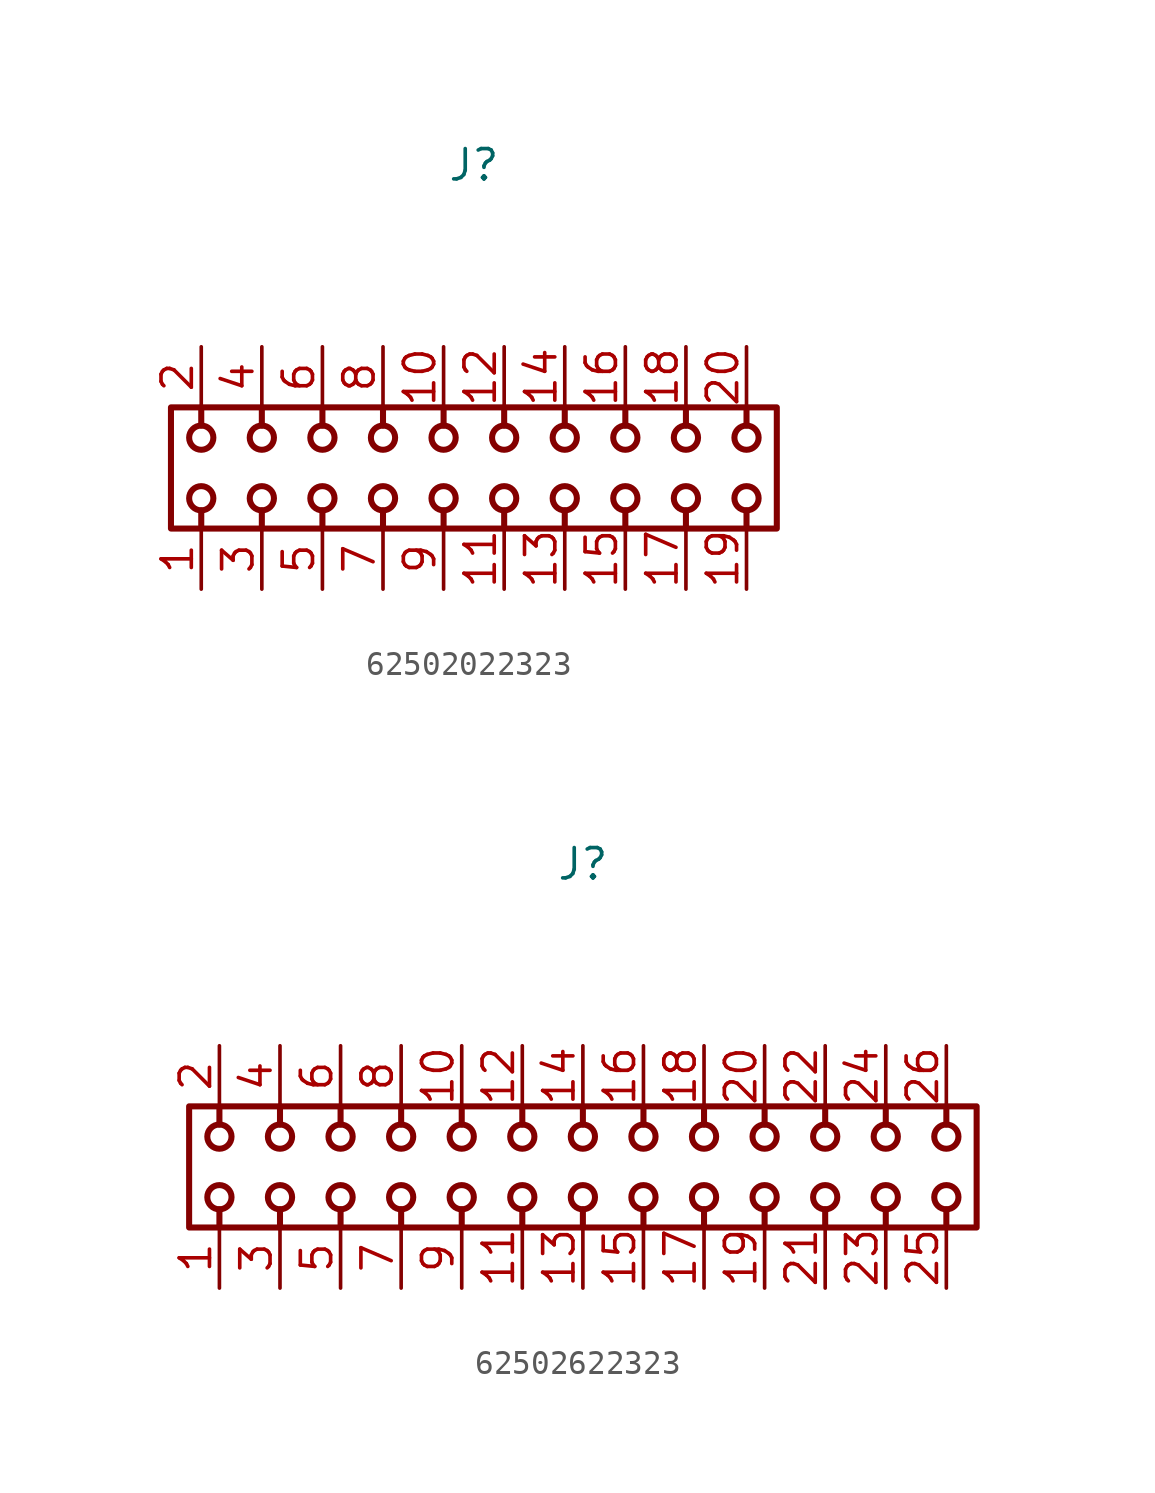
<source format=kicad_sym>
(kicad_symbol_lib
  (version 20241209)
  (generator "kicad_symbol_editor")
  (generator_version "9.0")
  (symbol "62502022323"
    (pin_names
      (hide yes))
    (property "Reference" "J"
      (at 0 12.7 0)
      (effects (font (size 1.27 1.27))))
    (symbol "62502022323_1_1"
      (rectangle (start -12.7 2.54) (end 12.7 -2.54) (stroke (width 0.254) (type solid)) (fill (type none)))
      (polyline (pts (xy -11.43 1.778) (xy -11.43 2.54)) (stroke (width 0.254) (type solid)) (fill (type none)))
      (circle (center -11.43 1.27) (radius 0.508) (stroke (width 0.254) (type solid)) (fill (type none)))
      (circle (center -11.43 -1.27) (radius 0.508) (stroke (width 0.254) (type solid)) (fill (type none)))
      (polyline (pts (xy -11.43 -1.778) (xy -11.43 -2.54)) (stroke (width 0.254) (type solid)) (fill (type none)))
      (polyline (pts (xy -8.89 1.778) (xy -8.89 2.54)) (stroke (width 0.254) (type solid)) (fill (type none)))
      (circle (center -8.89 1.27) (radius 0.508) (stroke (width 0.254) (type solid)) (fill (type none)))
      (circle (center -8.89 -1.27) (radius 0.508) (stroke (width 0.254) (type solid)) (fill (type none)))
      (polyline (pts (xy -8.89 -1.778) (xy -8.89 -2.54)) (stroke (width 0.254) (type solid)) (fill (type none)))
      (polyline (pts (xy -6.35 1.778) (xy -6.35 2.54)) (stroke (width 0.254) (type solid)) (fill (type none)))
      (circle (center -6.35 1.27) (radius 0.508) (stroke (width 0.254) (type solid)) (fill (type none)))
      (circle (center -6.35 -1.27) (radius 0.508) (stroke (width 0.254) (type solid)) (fill (type none)))
      (polyline (pts (xy -6.35 -1.778) (xy -6.35 -2.54)) (stroke (width 0.254) (type solid)) (fill (type none)))
      (polyline (pts (xy -3.81 1.778) (xy -3.81 2.54)) (stroke (width 0.254) (type solid)) (fill (type none)))
      (circle (center -3.81 1.27) (radius 0.508) (stroke (width 0.254) (type solid)) (fill (type none)))
      (circle (center -3.81 -1.27) (radius 0.508) (stroke (width 0.254) (type solid)) (fill (type none)))
      (polyline (pts (xy -3.81 -1.778) (xy -3.81 -2.54)) (stroke (width 0.254) (type solid)) (fill (type none)))
      (polyline (pts (xy -1.27 1.778) (xy -1.27 2.54)) (stroke (width 0.254) (type solid)) (fill (type none)))
      (circle (center -1.27 1.27) (radius 0.508) (stroke (width 0.254) (type solid)) (fill (type none)))
      (circle (center -1.27 -1.27) (radius 0.508) (stroke (width 0.254) (type solid)) (fill (type none)))
      (polyline (pts (xy -1.27 -1.778) (xy -1.27 -2.54)) (stroke (width 0.254) (type solid)) (fill (type none)))
      (polyline (pts (xy 1.27 1.778) (xy 1.27 2.54)) (stroke (width 0.254) (type solid)) (fill (type none)))
      (circle (center 1.27 1.27) (radius 0.508) (stroke (width 0.254) (type solid)) (fill (type none)))
      (circle (center 1.27 -1.27) (radius 0.508) (stroke (width 0.254) (type solid)) (fill (type none)))
      (polyline (pts (xy 1.27 -1.778) (xy 1.27 -2.54)) (stroke (width 0.254) (type solid)) (fill (type none)))
      (polyline (pts (xy 3.81 1.778) (xy 3.81 2.54)) (stroke (width 0.254) (type solid)) (fill (type none)))
      (circle (center 3.81 1.27) (radius 0.508) (stroke (width 0.254) (type solid)) (fill (type none)))
      (circle (center 3.81 -1.27) (radius 0.508) (stroke (width 0.254) (type solid)) (fill (type none)))
      (polyline (pts (xy 3.81 -1.778) (xy 3.81 -2.54)) (stroke (width 0.254) (type solid)) (fill (type none)))
      (polyline (pts (xy 6.35 1.778) (xy 6.35 2.54)) (stroke (width 0.254) (type solid)) (fill (type none)))
      (circle (center 6.35 1.27) (radius 0.508) (stroke (width 0.254) (type solid)) (fill (type none)))
      (circle (center 6.35 -1.27) (radius 0.508) (stroke (width 0.254) (type solid)) (fill (type none)))
      (polyline (pts (xy 6.35 -1.778) (xy 6.35 -2.54)) (stroke (width 0.254) (type solid)) (fill (type none)))
      (polyline (pts (xy 8.89 1.778) (xy 8.89 2.54)) (stroke (width 0.254) (type solid)) (fill (type none)))
      (circle (center 8.89 1.27) (radius 0.508) (stroke (width 0.254) (type solid)) (fill (type none)))
      (circle (center 8.89 -1.27) (radius 0.508) (stroke (width 0.254) (type solid)) (fill (type none)))
      (polyline (pts (xy 8.89 -1.778) (xy 8.89 -2.54)) (stroke (width 0.254) (type solid)) (fill (type none)))
      (polyline (pts (xy 11.43 1.778) (xy 11.43 2.54)) (stroke (width 0.254) (type solid)) (fill (type none)))
      (circle (center 11.43 1.27) (radius 0.508) (stroke (width 0.254) (type solid)) (fill (type none)))
      (circle (center 11.43 -1.27) (radius 0.508) (stroke (width 0.254) (type solid)) (fill (type none)))
      (polyline (pts (xy 11.43 -1.778) (xy 11.43 -2.54)) (stroke (width 0.254) (type solid)) (fill (type none)))
      (pin passive line (at -11.43 5.08 270) (length 2.54) (name "2" (effects (font (size 1.27 1.27)))) (number "2" (effects (font (size 1.27 1.27)))))
      (pin passive line (at -11.43 -5.08 90) (length 2.54) (name "1" (effects (font (size 1.27 1.27)))) (number "1" (effects (font (size 1.27 1.27)))))
      (pin passive line (at -8.89 5.08 270) (length 2.54) (name "4" (effects (font (size 1.27 1.27)))) (number "4" (effects (font (size 1.27 1.27)))))
      (pin passive line (at -8.89 -5.08 90) (length 2.54) (name "3" (effects (font (size 1.27 1.27)))) (number "3" (effects (font (size 1.27 1.27)))))
      (pin passive line (at -6.35 5.08 270) (length 2.54) (name "6" (effects (font (size 1.27 1.27)))) (number "6" (effects (font (size 1.27 1.27)))))
      (pin passive line (at -6.35 -5.08 90) (length 2.54) (name "5" (effects (font (size 1.27 1.27)))) (number "5" (effects (font (size 1.27 1.27)))))
      (pin passive line (at -3.81 5.08 270) (length 2.54) (name "8" (effects (font (size 1.27 1.27)))) (number "8" (effects (font (size 1.27 1.27)))))
      (pin passive line (at -3.81 -5.08 90) (length 2.54) (name "7" (effects (font (size 1.27 1.27)))) (number "7" (effects (font (size 1.27 1.27)))))
      (pin passive line (at -1.27 5.08 270) (length 2.54) (name "10" (effects (font (size 1.27 1.27)))) (number "10" (effects (font (size 1.27 1.27)))))
      (pin passive line (at -1.27 -5.08 90) (length 2.54) (name "9" (effects (font (size 1.27 1.27)))) (number "9" (effects (font (size 1.27 1.27)))))
      (pin passive line (at 1.27 5.08 270) (length 2.54) (name "12" (effects (font (size 1.27 1.27)))) (number "12" (effects (font (size 1.27 1.27)))))
      (pin passive line (at 1.27 -5.08 90) (length 2.54) (name "11" (effects (font (size 1.27 1.27)))) (number "11" (effects (font (size 1.27 1.27)))))
      (pin passive line (at 3.81 5.08 270) (length 2.54) (name "14" (effects (font (size 1.27 1.27)))) (number "14" (effects (font (size 1.27 1.27)))))
      (pin passive line (at 3.81 -5.08 90) (length 2.54) (name "13" (effects (font (size 1.27 1.27)))) (number "13" (effects (font (size 1.27 1.27)))))
      (pin passive line (at 6.35 5.08 270) (length 2.54) (name "16" (effects (font (size 1.27 1.27)))) (number "16" (effects (font (size 1.27 1.27)))))
      (pin passive line (at 6.35 -5.08 90) (length 2.54) (name "15" (effects (font (size 1.27 1.27)))) (number "15" (effects (font (size 1.27 1.27)))))
      (pin passive line (at 8.89 5.08 270) (length 2.54) (name "18" (effects (font (size 1.27 1.27)))) (number "18" (effects (font (size 1.27 1.27)))))
      (pin passive line (at 8.89 -5.08 90) (length 2.54) (name "17" (effects (font (size 1.27 1.27)))) (number "17" (effects (font (size 1.27 1.27)))))
      (pin passive line (at 11.43 5.08 270) (length 2.54) (name "20" (effects (font (size 1.27 1.27)))) (number "20" (effects (font (size 1.27 1.27)))))
      (pin passive line (at 11.43 -5.08 90) (length 2.54) (name "19" (effects (font (size 1.27 1.27)))) (number "19" (effects (font (size 1.27 1.27)))))))
  (symbol "62502622323"
    (pin_names
      (hide yes))
    (property "Reference" "J"
      (at 0 12.7 0)
      (effects (font (size 1.27 1.27))))
    (symbol "62502622323_1_1"
      (rectangle (start -16.51 2.54) (end 16.51 -2.54) (stroke (width 0.254) (type solid)) (fill (type none)))
      (polyline (pts (xy -15.24 1.778) (xy -15.24 2.54)) (stroke (width 0.254) (type solid)) (fill (type none)))
      (circle (center -15.24 1.27) (radius 0.508) (stroke (width 0.254) (type solid)) (fill (type none)))
      (circle (center -15.24 -1.27) (radius 0.508) (stroke (width 0.254) (type solid)) (fill (type none)))
      (polyline (pts (xy -15.24 -1.778) (xy -15.24 -2.54)) (stroke (width 0.254) (type solid)) (fill (type none)))
      (polyline (pts (xy -12.7 1.778) (xy -12.7 2.54)) (stroke (width 0.254) (type solid)) (fill (type none)))
      (circle (center -12.7 1.27) (radius 0.508) (stroke (width 0.254) (type solid)) (fill (type none)))
      (circle (center -12.7 -1.27) (radius 0.508) (stroke (width 0.254) (type solid)) (fill (type none)))
      (polyline (pts (xy -12.7 -1.778) (xy -12.7 -2.54)) (stroke (width 0.254) (type solid)) (fill (type none)))
      (polyline (pts (xy -10.16 1.778) (xy -10.16 2.54)) (stroke (width 0.254) (type solid)) (fill (type none)))
      (circle (center -10.16 1.27) (radius 0.508) (stroke (width 0.254) (type solid)) (fill (type none)))
      (circle (center -10.16 -1.27) (radius 0.508) (stroke (width 0.254) (type solid)) (fill (type none)))
      (polyline (pts (xy -10.16 -1.778) (xy -10.16 -2.54)) (stroke (width 0.254) (type solid)) (fill (type none)))
      (polyline (pts (xy -7.62 1.778) (xy -7.62 2.54)) (stroke (width 0.254) (type solid)) (fill (type none)))
      (circle (center -7.62 1.27) (radius 0.508) (stroke (width 0.254) (type solid)) (fill (type none)))
      (circle (center -7.62 -1.27) (radius 0.508) (stroke (width 0.254) (type solid)) (fill (type none)))
      (polyline (pts (xy -7.62 -1.778) (xy -7.62 -2.54)) (stroke (width 0.254) (type solid)) (fill (type none)))
      (polyline (pts (xy -5.08 1.778) (xy -5.08 2.54)) (stroke (width 0.254) (type solid)) (fill (type none)))
      (circle (center -5.08 1.27) (radius 0.508) (stroke (width 0.254) (type solid)) (fill (type none)))
      (circle (center -5.08 -1.27) (radius 0.508) (stroke (width 0.254) (type solid)) (fill (type none)))
      (polyline (pts (xy -5.08 -1.778) (xy -5.08 -2.54)) (stroke (width 0.254) (type solid)) (fill (type none)))
      (polyline (pts (xy -2.54 1.778) (xy -2.54 2.54)) (stroke (width 0.254) (type solid)) (fill (type none)))
      (circle (center -2.54 1.27) (radius 0.508) (stroke (width 0.254) (type solid)) (fill (type none)))
      (circle (center -2.54 -1.27) (radius 0.508) (stroke (width 0.254) (type solid)) (fill (type none)))
      (polyline (pts (xy -2.54 -1.778) (xy -2.54 -2.54)) (stroke (width 0.254) (type solid)) (fill (type none)))
      (polyline (pts (xy 0 1.778) (xy 0 2.54)) (stroke (width 0.254) (type solid)) (fill (type none)))
      (circle (center 0 1.27) (radius 0.508) (stroke (width 0.254) (type solid)) (fill (type none)))
      (circle (center 0 -1.27) (radius 0.508) (stroke (width 0.254) (type solid)) (fill (type none)))
      (polyline (pts (xy 0 -1.778) (xy 0 -2.54)) (stroke (width 0.254) (type solid)) (fill (type none)))
      (polyline (pts (xy 2.54 1.778) (xy 2.54 2.54)) (stroke (width 0.254) (type solid)) (fill (type none)))
      (circle (center 2.54 1.27) (radius 0.508) (stroke (width 0.254) (type solid)) (fill (type none)))
      (circle (center 2.54 -1.27) (radius 0.508) (stroke (width 0.254) (type solid)) (fill (type none)))
      (polyline (pts (xy 2.54 -1.778) (xy 2.54 -2.54)) (stroke (width 0.254) (type solid)) (fill (type none)))
      (polyline (pts (xy 5.08 1.778) (xy 5.08 2.54)) (stroke (width 0.254) (type solid)) (fill (type none)))
      (circle (center 5.08 1.27) (radius 0.508) (stroke (width 0.254) (type solid)) (fill (type none)))
      (circle (center 5.08 -1.27) (radius 0.508) (stroke (width 0.254) (type solid)) (fill (type none)))
      (polyline (pts (xy 5.08 -1.778) (xy 5.08 -2.54)) (stroke (width 0.254) (type solid)) (fill (type none)))
      (polyline (pts (xy 7.62 1.778) (xy 7.62 2.54)) (stroke (width 0.254) (type solid)) (fill (type none)))
      (circle (center 7.62 1.27) (radius 0.508) (stroke (width 0.254) (type solid)) (fill (type none)))
      (circle (center 7.62 -1.27) (radius 0.508) (stroke (width 0.254) (type solid)) (fill (type none)))
      (polyline (pts (xy 7.62 -1.778) (xy 7.62 -2.54)) (stroke (width 0.254) (type solid)) (fill (type none)))
      (polyline (pts (xy 10.16 1.778) (xy 10.16 2.54)) (stroke (width 0.254) (type solid)) (fill (type none)))
      (circle (center 10.16 1.27) (radius 0.508) (stroke (width 0.254) (type solid)) (fill (type none)))
      (circle (center 10.16 -1.27) (radius 0.508) (stroke (width 0.254) (type solid)) (fill (type none)))
      (polyline (pts (xy 10.16 -1.778) (xy 10.16 -2.54)) (stroke (width 0.254) (type solid)) (fill (type none)))
      (polyline (pts (xy 12.7 1.778) (xy 12.7 2.54)) (stroke (width 0.254) (type solid)) (fill (type none)))
      (circle (center 12.7 1.27) (radius 0.508) (stroke (width 0.254) (type solid)) (fill (type none)))
      (circle (center 12.7 -1.27) (radius 0.508) (stroke (width 0.254) (type solid)) (fill (type none)))
      (polyline (pts (xy 12.7 -1.778) (xy 12.7 -2.54)) (stroke (width 0.254) (type solid)) (fill (type none)))
      (polyline (pts (xy 15.24 1.778) (xy 15.24 2.54)) (stroke (width 0.254) (type solid)) (fill (type none)))
      (circle (center 15.24 1.27) (radius 0.508) (stroke (width 0.254) (type solid)) (fill (type none)))
      (circle (center 15.24 -1.27) (radius 0.508) (stroke (width 0.254) (type solid)) (fill (type none)))
      (polyline (pts (xy 15.24 -1.778) (xy 15.24 -2.54)) (stroke (width 0.254) (type solid)) (fill (type none)))
      (pin passive line (at -15.24 5.08 270) (length 2.54) (name "2" (effects (font (size 1.27 1.27)))) (number "2" (effects (font (size 1.27 1.27)))))
      (pin passive line (at -15.24 -5.08 90) (length 2.54) (name "1" (effects (font (size 1.27 1.27)))) (number "1" (effects (font (size 1.27 1.27)))))
      (pin passive line (at -12.7 5.08 270) (length 2.54) (name "4" (effects (font (size 1.27 1.27)))) (number "4" (effects (font (size 1.27 1.27)))))
      (pin passive line (at -12.7 -5.08 90) (length 2.54) (name "3" (effects (font (size 1.27 1.27)))) (number "3" (effects (font (size 1.27 1.27)))))
      (pin passive line (at -10.16 5.08 270) (length 2.54) (name "6" (effects (font (size 1.27 1.27)))) (number "6" (effects (font (size 1.27 1.27)))))
      (pin passive line (at -10.16 -5.08 90) (length 2.54) (name "5" (effects (font (size 1.27 1.27)))) (number "5" (effects (font (size 1.27 1.27)))))
      (pin passive line (at -7.62 5.08 270) (length 2.54) (name "8" (effects (font (size 1.27 1.27)))) (number "8" (effects (font (size 1.27 1.27)))))
      (pin passive line (at -7.62 -5.08 90) (length 2.54) (name "7" (effects (font (size 1.27 1.27)))) (number "7" (effects (font (size 1.27 1.27)))))
      (pin passive line (at -5.08 5.08 270) (length 2.54) (name "10" (effects (font (size 1.27 1.27)))) (number "10" (effects (font (size 1.27 1.27)))))
      (pin passive line (at -5.08 -5.08 90) (length 2.54) (name "9" (effects (font (size 1.27 1.27)))) (number "9" (effects (font (size 1.27 1.27)))))
      (pin passive line (at -2.54 5.08 270) (length 2.54) (name "12" (effects (font (size 1.27 1.27)))) (number "12" (effects (font (size 1.27 1.27)))))
      (pin passive line (at -2.54 -5.08 90) (length 2.54) (name "11" (effects (font (size 1.27 1.27)))) (number "11" (effects (font (size 1.27 1.27)))))
      (pin passive line (at 0 5.08 270) (length 2.54) (name "14" (effects (font (size 1.27 1.27)))) (number "14" (effects (font (size 1.27 1.27)))))
      (pin passive line (at 0 -5.08 90) (length 2.54) (name "13" (effects (font (size 1.27 1.27)))) (number "13" (effects (font (size 1.27 1.27)))))
      (pin passive line (at 2.54 5.08 270) (length 2.54) (name "16" (effects (font (size 1.27 1.27)))) (number "16" (effects (font (size 1.27 1.27)))))
      (pin passive line (at 2.54 -5.08 90) (length 2.54) (name "15" (effects (font (size 1.27 1.27)))) (number "15" (effects (font (size 1.27 1.27)))))
      (pin passive line (at 5.08 5.08 270) (length 2.54) (name "18" (effects (font (size 1.27 1.27)))) (number "18" (effects (font (size 1.27 1.27)))))
      (pin passive line (at 5.08 -5.08 90) (length 2.54) (name "17" (effects (font (size 1.27 1.27)))) (number "17" (effects (font (size 1.27 1.27)))))
      (pin passive line (at 7.62 5.08 270) (length 2.54) (name "20" (effects (font (size 1.27 1.27)))) (number "20" (effects (font (size 1.27 1.27)))))
      (pin passive line (at 7.62 -5.08 90) (length 2.54) (name "19" (effects (font (size 1.27 1.27)))) (number "19" (effects (font (size 1.27 1.27)))))
      (pin passive line (at 10.16 5.08 270) (length 2.54) (name "22" (effects (font (size 1.27 1.27)))) (number "22" (effects (font (size 1.27 1.27)))))
      (pin passive line (at 10.16 -5.08 90) (length 2.54) (name "21" (effects (font (size 1.27 1.27)))) (number "21" (effects (font (size 1.27 1.27)))))
      (pin passive line (at 12.7 5.08 270) (length 2.54) (name "24" (effects (font (size 1.27 1.27)))) (number "24" (effects (font (size 1.27 1.27)))))
      (pin passive line (at 12.7 -5.08 90) (length 2.54) (name "23" (effects (font (size 1.27 1.27)))) (number "23" (effects (font (size 1.27 1.27)))))
      (pin passive line (at 15.24 5.08 270) (length 2.54) (name "26" (effects (font (size 1.27 1.27)))) (number "26" (effects (font (size 1.27 1.27)))))
      (pin passive line (at 15.24 -5.08 90) (length 2.54) (name "25" (effects (font (size 1.27 1.27)))) (number "25" (effects (font (size 1.27 1.27))))))))
</source>
